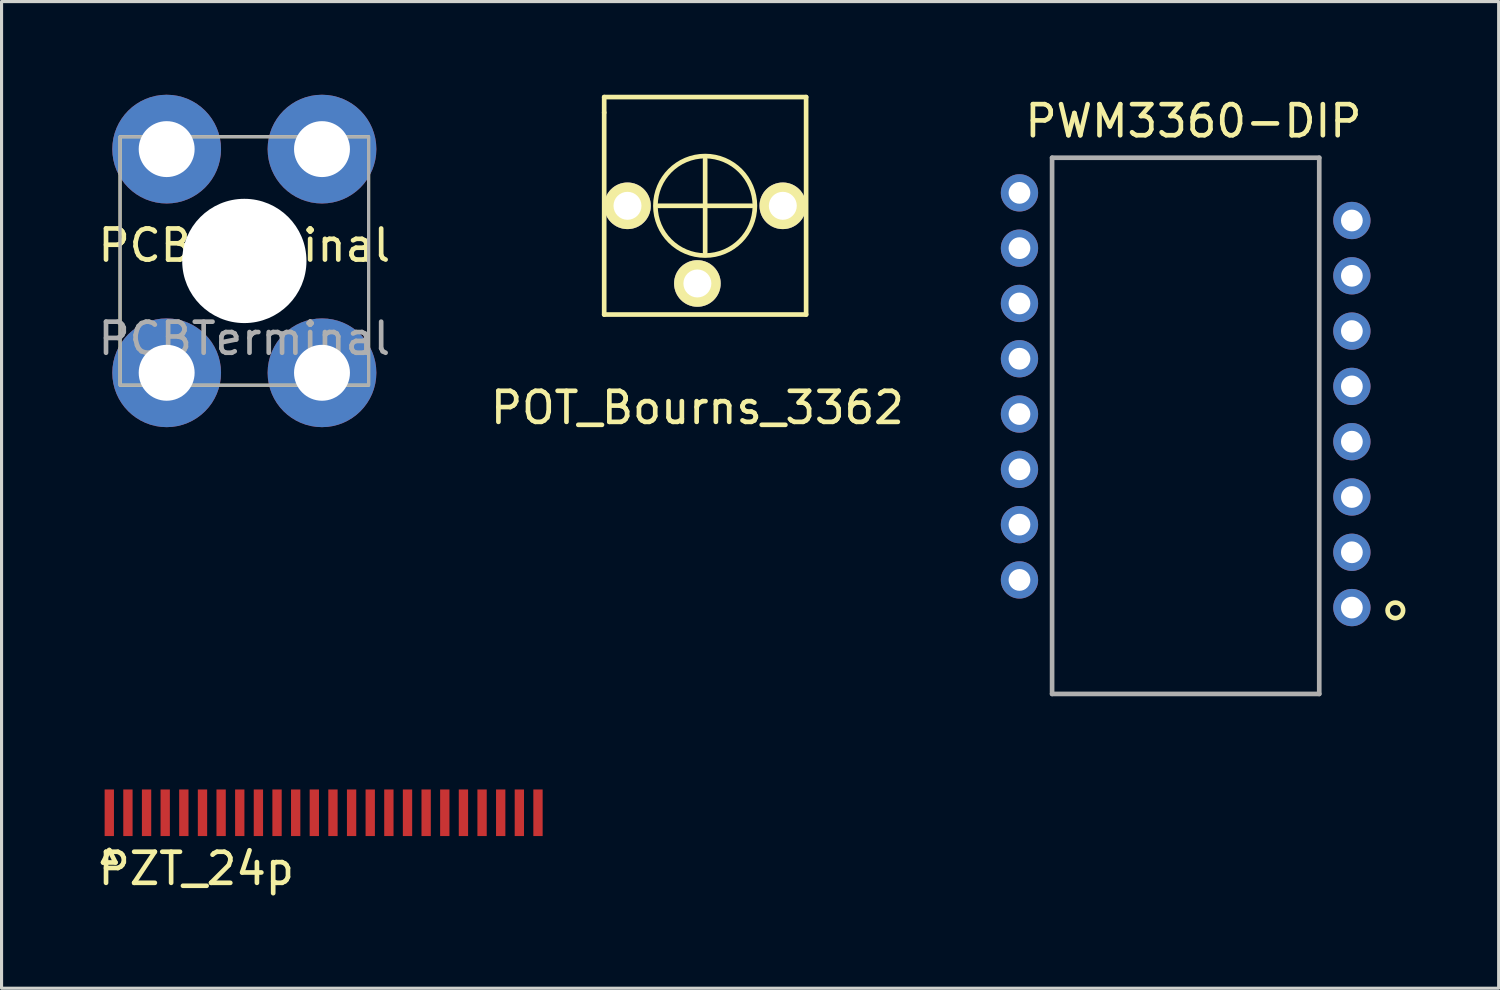
<source format=kicad_pcb>
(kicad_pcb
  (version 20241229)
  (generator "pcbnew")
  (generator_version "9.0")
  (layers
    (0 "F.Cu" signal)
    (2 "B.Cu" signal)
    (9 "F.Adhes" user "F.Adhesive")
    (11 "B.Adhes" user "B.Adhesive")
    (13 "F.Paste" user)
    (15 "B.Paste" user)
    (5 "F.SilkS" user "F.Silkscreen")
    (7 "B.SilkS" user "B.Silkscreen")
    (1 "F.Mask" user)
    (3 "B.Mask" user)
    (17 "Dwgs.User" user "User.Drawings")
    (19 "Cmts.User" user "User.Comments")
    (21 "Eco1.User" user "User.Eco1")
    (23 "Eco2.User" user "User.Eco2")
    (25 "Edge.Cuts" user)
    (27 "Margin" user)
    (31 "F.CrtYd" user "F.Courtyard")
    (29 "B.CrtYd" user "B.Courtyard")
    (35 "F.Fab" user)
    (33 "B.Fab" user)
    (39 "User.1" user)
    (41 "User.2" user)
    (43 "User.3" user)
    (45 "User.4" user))
  (footprint "PZT_24p"
    (layer "F.Cu")
    (at 0.468 23.113)
    (property "Reference" "PZT_24p" (at 2.8 1.8 0) (layer "F.SilkS") (effects (font (size 1 1) (thickness 0.15))))
    (attr through_hole)
    (fp_line (start -0.2 1.6) (end 0.2 1.6) (stroke (width 0.15) (type solid)) (layer "F.SilkS"))
    (fp_line (start 0 1.2) (end -0.2 1.6) (stroke (width 0.15) (type solid)) (layer "F.SilkS"))
    (fp_line (start 0.2 1.6) (end 0 1.2) (stroke (width 0.15) (type solid)) (layer "F.SilkS"))
    (pad "1" smd rect (at 0 0) (size 0.3 1.5) (layers "F.Cu" "F.Mask" "F.Paste"))
    (pad "2" smd rect (at 0.6 0) (size 0.3 1.5) (layers "F.Cu" "F.Mask" "F.Paste"))
    (pad "3" smd rect (at 1.2 0) (size 0.3 1.5) (layers "F.Cu" "F.Mask" "F.Paste"))
    (pad "4" smd rect (at 1.8 0) (size 0.3 1.5) (layers "F.Cu" "F.Mask" "F.Paste"))
    (pad "5" smd rect (at 2.4 0) (size 0.3 1.5) (layers "F.Cu" "F.Mask" "F.Paste"))
    (pad "6" smd rect (at 3 0) (size 0.3 1.5) (layers "F.Cu" "F.Mask" "F.Paste"))
    (pad "7" smd rect (at 3.6 0) (size 0.3 1.5) (layers "F.Cu" "F.Mask" "F.Paste"))
    (pad "8" smd rect (at 4.2 0) (size 0.3 1.5) (layers "F.Cu" "F.Mask" "F.Paste"))
    (pad "9" smd rect (at 4.8 0) (size 0.3 1.5) (layers "F.Cu" "F.Mask" "F.Paste"))
    (pad "10" smd rect (at 5.4 0) (size 0.3 1.5) (layers "F.Cu" "F.Mask" "F.Paste"))
    (pad "11" smd rect (at 6 0) (size 0.3 1.5) (layers "F.Cu" "F.Mask" "F.Paste"))
    (pad "12" smd rect (at 6.6 0) (size 0.3 1.5) (layers "F.Cu" "F.Mask" "F.Paste"))
    (pad "13" smd rect (at 7.2 0) (size 0.3 1.5) (layers "F.Cu" "F.Mask" "F.Paste"))
    (pad "14" smd rect (at 7.8 0) (size 0.3 1.5) (layers "F.Cu" "F.Mask" "F.Paste"))
    (pad "15" smd rect (at 8.4 0) (size 0.3 1.5) (layers "F.Cu" "F.Mask" "F.Paste"))
    (pad "16" smd rect (at 9 0) (size 0.3 1.5) (layers "F.Cu" "F.Mask" "F.Paste"))
    (pad "17" smd rect (at 9.6 0) (size 0.3 1.5) (layers "F.Cu" "F.Mask" "F.Paste"))
    (pad "18" smd rect (at 10.2 0) (size 0.3 1.5) (layers "F.Cu" "F.Mask" "F.Paste"))
    (pad "19" smd rect (at 10.8 0) (size 0.3 1.5) (layers "F.Cu" "F.Mask" "F.Paste"))
    (pad "20" smd rect (at 11.4 0) (size 0.3 1.5) (layers "F.Cu" "F.Mask" "F.Paste"))
    (pad "21" smd rect (at 12 0) (size 0.3 1.5) (layers "F.Cu" "F.Mask" "F.Paste"))
    (pad "22" smd rect (at 12.6 0) (size 0.3 1.5) (layers "F.Cu" "F.Mask" "F.Paste"))
    (pad "23" smd rect (at 13.2 0) (size 0.3 1.5) (layers "F.Cu" "F.Mask" "F.Paste"))
    (pad "24" smd rect (at 13.8 0) (size 0.3 1.5) (layers "F.Cu" "F.Mask" "F.Paste")))
  (footprint "PCBTerminal"
    (layer "F.Cu")
    (at 4.815 5.35)
    (property "Reference" "PCBTerminal" (at 0 -0.5 0) (unlocked yes) (layer "F.SilkS") (effects (font (size 1 1) (thickness 0.15))))
    (attr through_hole)
    (fp_rect (start -4 -4) (end 4 4) (stroke (width 0.1) (type solid)) (fill no) (layer "F.SilkS"))
    (fp_rect (start -4 -4) (end 4 4) (stroke (width 0.1) (type solid)) (fill no) (layer "F.Fab"))
    (fp_text user "${REFERENCE}" (at 0 2.5 0) (unlocked yes) (layer "F.Fab") (effects (font (size 1 1) (thickness 0.15))))
    (pad "" np_thru_hole circle (at 0 0) (size 4 4) (drill 4) (layers "*.Cu" "*.Mask"))
    (pad "1" thru_hole circle (at -2.5 -3.6) (size 3.5 3.5) (drill 1.8) (layers "*.Cu" "*.Mask"))
    (pad "1" thru_hole circle (at -2.5 3.6) (size 3.5 3.5) (drill 1.8) (layers "*.Cu" "*.Mask"))
    (pad "1" thru_hole circle (at 2.5 -3.6) (size 3.5 3.5) (drill 1.8) (layers "*.Cu" "*.Mask"))
    (pad "1" thru_hole circle (at 2.5 3.6) (size 3.5 3.5) (drill 1.8) (layers "*.Cu" "*.Mask")))
  (footprint "POT_Bourns_3362"
    (layer "F.Cu")
    (at 16.399 7.075)
    (property "Reference" "POT_Bourns_3362" (at 3 3 0) (layer "F.SilkS") (effects (font (size 1 1) (thickness 0.15))))
    (attr through_hole)
    (fp_line (start 0 -7) (end 6.5 -7) (stroke (width 0.15) (type solid)) (layer "F.SilkS"))
    (fp_line (start 0 -6.5) (end 0 -7) (stroke (width 0.15) (type solid)) (layer "F.SilkS"))
    (fp_line (start 0 0) (end 0 -6.5) (stroke (width 0.15) (type solid)) (layer "F.SilkS"))
    (fp_line (start 1.75 -3.5) (end 4.75 -3.5) (stroke (width 0.15) (type solid)) (layer "F.SilkS"))
    (fp_line (start 3.25 -5) (end 3.25 -2) (stroke (width 0.15) (type solid)) (layer "F.SilkS"))
    (fp_line (start 6.5 -7) (end 6.5 0) (stroke (width 0.15) (type solid)) (layer "F.SilkS"))
    (fp_line (start 6.5 0) (end 0 0) (stroke (width 0.15) (type solid)) (layer "F.SilkS"))
    (fp_circle (center 3.25 -3.5) (end 4.5 -2.5) (stroke (width 0.15) (type solid)) (fill no) (layer "F.SilkS"))
    (pad "1" thru_hole circle (at 0.75 -3.5) (size 1.5 1.5) (drill 0.9) (layers "*.Cu" "*.Mask" "F.SilkS"))
    (pad "2" thru_hole circle (at 3 -1) (size 1.5 1.5) (drill 0.9) (layers "*.Cu" "*.Mask" "F.SilkS"))
    (pad "3" thru_hole circle (at 5.75 -3.5) (size 1.5 1.5) (drill 0.9) (layers "*.Cu" "*.Mask" "F.SilkS")))
  (footprint "PWM3360-DIP"
    (layer "F.Cu")
    (at 35.117 10.848)
    (property "Reference" "PWM3360-DIP" (at 0.25 -10 0) (layer "F.SilkS") (effects (font (size 1 1) (thickness 0.15))))
    (attr through_hole)
    (fp_circle (center 6.75 5.75) (end 6.75 6) (stroke (width 0.15) (type solid)) (fill no) (layer "F.SilkS"))
    (fp_line (start -4.3 -8.82) (end 4.3 -8.82) (stroke (width 0.15) (type solid)) (layer "F.Fab"))
    (fp_line (start -4.3 8.44) (end -4.3 -8.82) (stroke (width 0.15) (type solid)) (layer "F.Fab"))
    (fp_line (start 4.3 -8.82) (end 4.3 8.44) (stroke (width 0.15) (type solid)) (layer "F.Fab"))
    (fp_line (start 4.3 8.44) (end -4.3 8.44) (stroke (width 0.15) (type solid)) (layer "F.Fab"))
    (pad "1" thru_hole circle (at 5.35 5.66) (size 1.2 1.2) (drill 0.7) (layers "*.Cu" "*.Mask"))
    (pad "2" thru_hole circle (at 5.35 3.88) (size 1.2 1.2) (drill 0.7) (layers "*.Cu" "*.Mask"))
    (pad "3" thru_hole circle (at 5.35 2.1) (size 1.2 1.2) (drill 0.7) (layers "*.Cu" "*.Mask"))
    (pad "4" thru_hole circle (at 5.35 0.32) (size 1.2 1.2) (drill 0.7) (layers "*.Cu" "*.Mask"))
    (pad "5" thru_hole circle (at 5.35 -1.46) (size 1.2 1.2) (drill 0.7) (layers "*.Cu" "*.Mask"))
    (pad "6" thru_hole circle (at 5.35 -3.24) (size 1.2 1.2) (drill 0.7) (layers "*.Cu" "*.Mask"))
    (pad "7" thru_hole circle (at 5.35 -5.02) (size 1.2 1.2) (drill 0.7) (layers "*.Cu" "*.Mask"))
    (pad "8" thru_hole circle (at 5.35 -6.8) (size 1.2 1.2) (drill 0.7) (layers "*.Cu" "*.Mask"))
    (pad "9" thru_hole circle (at -5.35 -7.69) (size 1.2 1.2) (drill 0.7) (layers "*.Cu" "*.Mask"))
    (pad "10" thru_hole circle (at -5.35 -5.91) (size 1.2 1.2) (drill 0.7) (layers "*.Cu" "*.Mask"))
    (pad "11" thru_hole circle (at -5.35 -4.13) (size 1.2 1.2) (drill 0.7) (layers "*.Cu" "*.Mask"))
    (pad "12" thru_hole circle (at -5.35 -2.35) (size 1.2 1.2) (drill 0.7) (layers "*.Cu" "*.Mask"))
    (pad "13" thru_hole circle (at -5.35 -0.57) (size 1.2 1.2) (drill 0.7) (layers "*.Cu" "*.Mask"))
    (pad "14" thru_hole circle (at -5.35 1.21) (size 1.2 1.2) (drill 0.7) (layers "*.Cu" "*.Mask"))
    (pad "15" thru_hole circle (at -5.35 2.99) (size 1.2 1.2) (drill 0.7) (layers "*.Cu" "*.Mask"))
    (pad "16" thru_hole circle (at -5.35 4.77) (size 1.2 1.2) (drill 0.7) (layers "*.Cu" "*.Mask")))
  (gr_rect
    (start -3 -3)
    (end 45.192 28.762)
    (stroke (width 0.1) (type default))
    (fill no)
    (layer "Edge.Cuts")))
</source>
